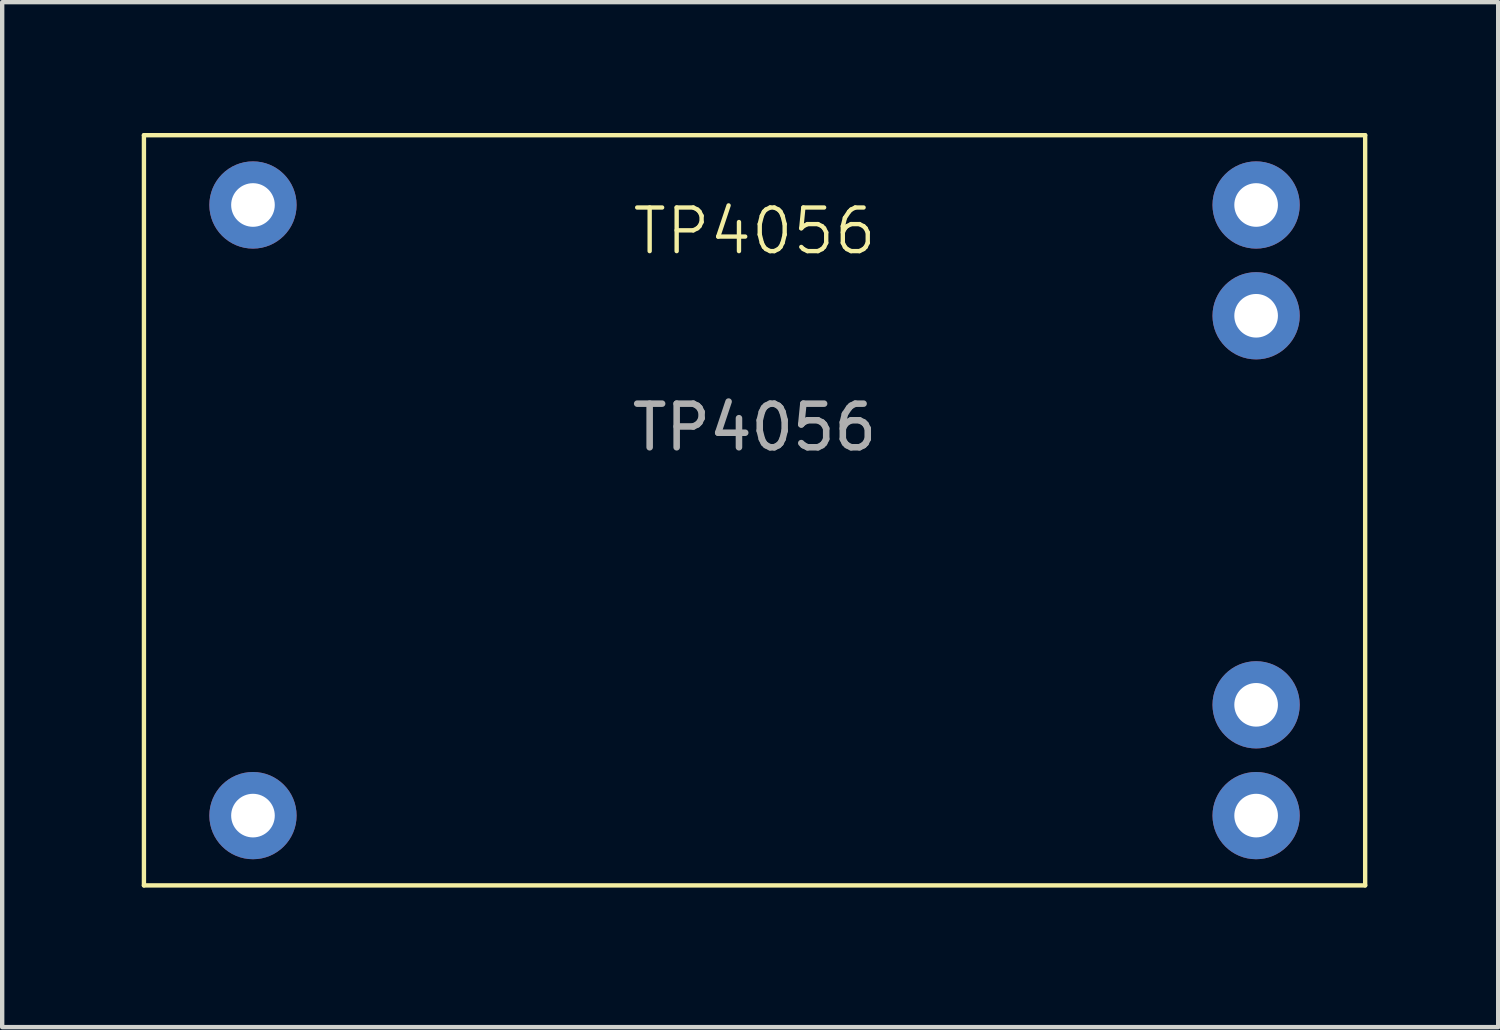
<source format=kicad_pcb>
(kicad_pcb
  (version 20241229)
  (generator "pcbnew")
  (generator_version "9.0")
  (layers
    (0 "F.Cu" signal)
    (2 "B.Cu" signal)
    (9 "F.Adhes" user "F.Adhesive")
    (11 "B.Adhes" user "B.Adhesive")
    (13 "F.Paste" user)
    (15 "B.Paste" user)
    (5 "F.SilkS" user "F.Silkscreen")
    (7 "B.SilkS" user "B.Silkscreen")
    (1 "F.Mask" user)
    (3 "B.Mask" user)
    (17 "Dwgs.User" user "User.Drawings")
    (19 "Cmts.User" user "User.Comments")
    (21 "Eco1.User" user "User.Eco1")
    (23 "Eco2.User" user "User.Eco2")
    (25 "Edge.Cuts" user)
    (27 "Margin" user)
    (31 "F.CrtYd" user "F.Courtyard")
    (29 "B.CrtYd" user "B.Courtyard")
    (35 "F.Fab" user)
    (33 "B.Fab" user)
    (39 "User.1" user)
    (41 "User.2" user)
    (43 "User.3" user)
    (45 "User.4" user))
  (footprint "TP4056"
    (layer "F.Cu")
    (at 0.25 17.25)
    (property "Reference" "TP4056" (at 14 -15 0) (unlocked yes) (layer "F.SilkS") (effects (font (size 1 1) (thickness 0.1))))
    (attr smd)
    (fp_line (start 0 -17.2) (end 0 0) (stroke (width 0.1) (type default)) (layer "F.SilkS"))
    (fp_line (start 0 -17.2) (end 28 -17.2) (stroke (width 0.1) (type solid)) (layer "F.SilkS"))
    (fp_line (start 0 0) (end 28 0) (stroke (width 0.1) (type solid)) (layer "F.SilkS"))
    (fp_line (start 28 -17.2) (end 28 0) (stroke (width 0.1) (type default)) (layer "F.SilkS"))
    (fp_text user "${REFERENCE}" (at 14 -10.5 0) (unlocked yes) (layer "F.Fab") (effects (font (size 1 1) (thickness 0.15))))
    (pad "0" thru_hole circle (at 2.5 -15.6) (size 2 2) (drill 1) (layers "*.Cu" "*.Mask"))
    (pad "1" thru_hole circle (at 2.5 -1.6) (size 2 2) (drill 1) (layers "*.Cu" "*.Mask"))
    (pad "2" thru_hole circle (at 25.5 -13.06) (size 2 2) (drill 1) (layers "*.Cu" "*.Mask"))
    (pad "3" thru_hole circle (at 25.5 -4.14) (size 2 2) (drill 1) (layers "*.Cu" "*.Mask"))
    (pad "4" thru_hole circle (at 25.5 -15.6) (size 2 2) (drill 1) (layers "*.Cu" "*.Mask"))
    (pad "5" thru_hole circle (at 25.5 -1.6) (size 2 2) (drill 1) (layers "*.Cu" "*.Mask")))
  (gr_rect
    (start -3 -3)
    (end 31.3 20.5)
    (stroke (width 0.1) (type default))
    (fill no)
    (layer "Edge.Cuts")))
</source>
